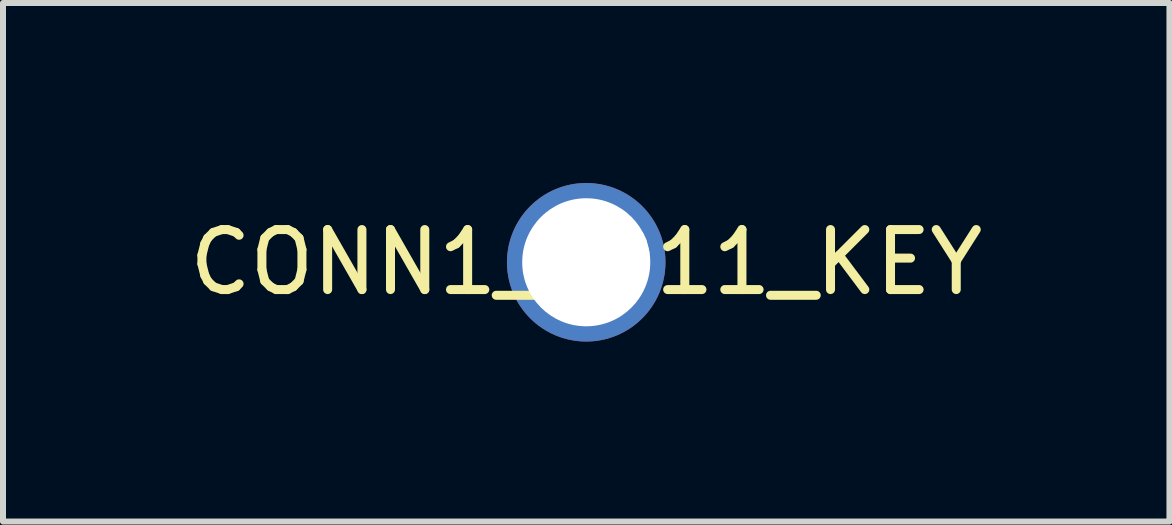
<source format=kicad_pcb>
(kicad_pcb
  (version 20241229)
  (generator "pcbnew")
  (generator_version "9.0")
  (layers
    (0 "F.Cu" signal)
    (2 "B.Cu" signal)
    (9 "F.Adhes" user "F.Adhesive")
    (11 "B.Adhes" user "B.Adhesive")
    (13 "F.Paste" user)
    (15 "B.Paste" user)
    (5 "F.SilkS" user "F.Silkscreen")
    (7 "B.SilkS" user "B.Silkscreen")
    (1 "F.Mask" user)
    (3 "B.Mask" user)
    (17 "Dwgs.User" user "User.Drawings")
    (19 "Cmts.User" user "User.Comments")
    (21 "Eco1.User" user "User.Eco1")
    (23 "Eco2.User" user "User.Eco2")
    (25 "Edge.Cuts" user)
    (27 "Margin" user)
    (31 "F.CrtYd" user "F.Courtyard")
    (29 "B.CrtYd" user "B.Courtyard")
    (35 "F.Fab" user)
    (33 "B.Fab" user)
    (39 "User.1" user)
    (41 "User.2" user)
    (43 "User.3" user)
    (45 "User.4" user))
  (footprint "CONN1_5011_KEY"
    (layer "F.Cu")
    (at 6.72 1.321)
    (property "Reference" "CONN1_5011_KEY" (at 0 0 0) (unlocked yes) (layer "F.SilkS") (effects (font (size 1 1) (thickness 0.15))))
    (attr through_hole)
    (pad "1" thru_hole circle (at 0 0) (size 2.642 2.642) (drill 2.134) (layers "*.Cu" "*.Mask")))
  (gr_rect
    (start -3 -3)
    (end 16.44 5.642)
    (stroke (width 0.1) (type default))
    (fill no)
    (layer "Edge.Cuts")))
</source>
